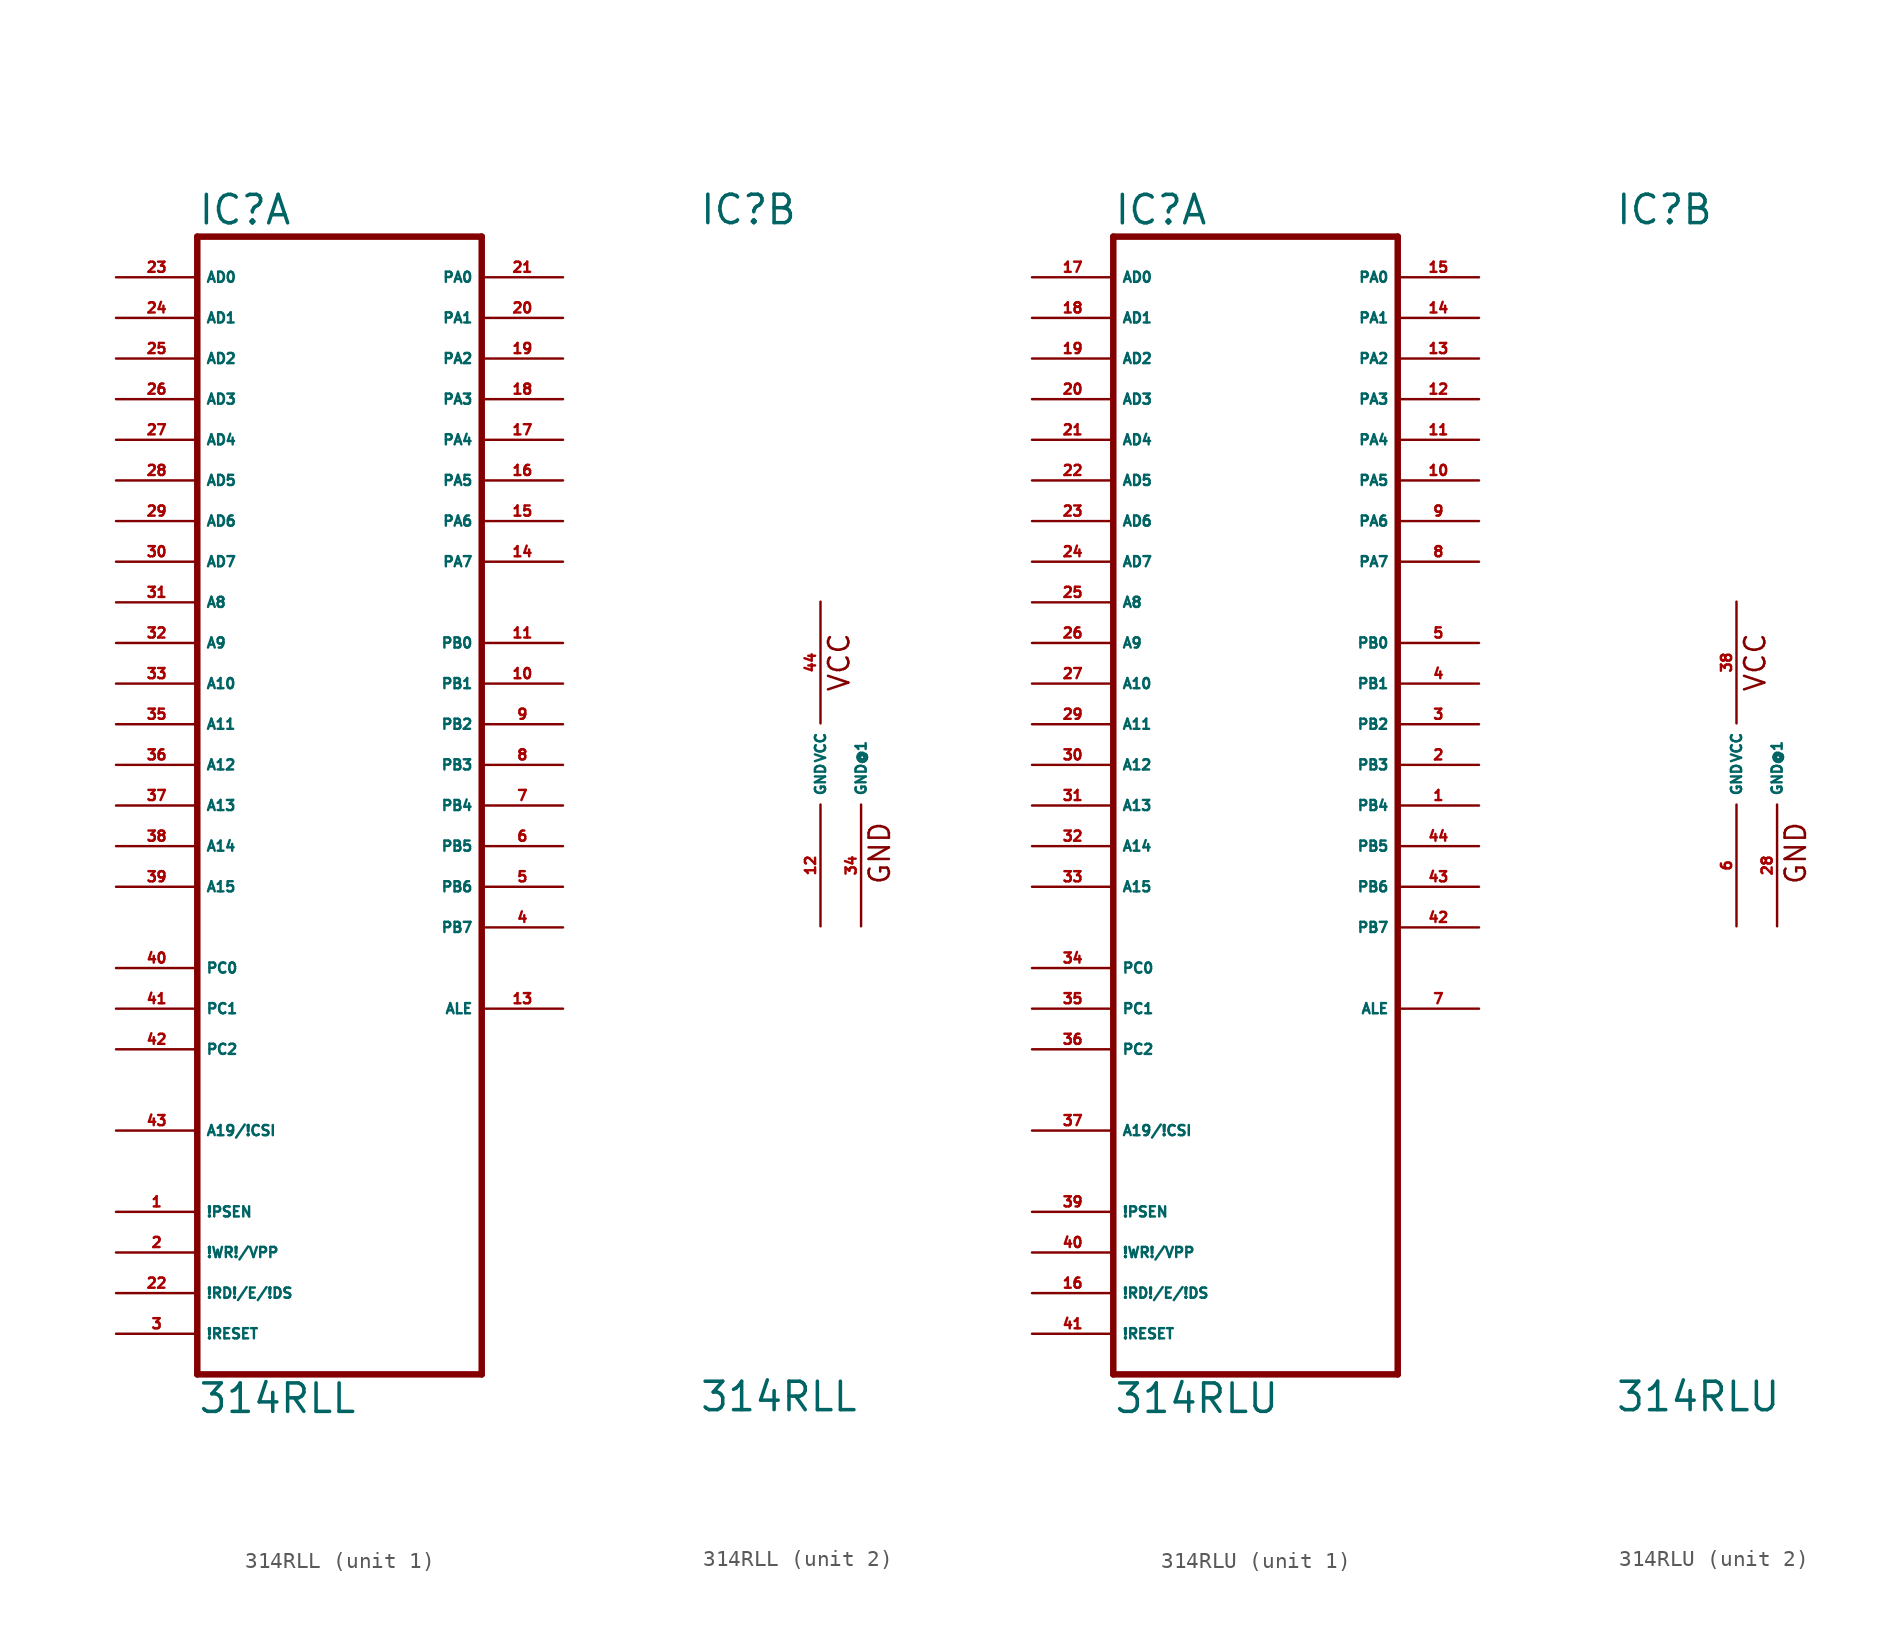
<source format=kicad_sym>
(kicad_symbol_lib
  (version 20220914)
  (generator Eagle2Kicad)
  (symbol "314RLL"
    (property "Reference" "IC"
      (at -7.62 33.655 0)
      (effects (font (size 1.778 1.778) (thickness 0.22)) (justify left bottom)))
    (property "Value" "314RLL"
      (at -7.62 -40.64 0)
      (effects (font (size 1.778 1.778) (thickness 0.22)) (justify left bottom)))
    (symbol "314RLL_1_0"
      (polyline (pts (xy -7.62 -38.1) (xy 10.16 -38.1)) (stroke (width 0.406) (type default)) (fill (type none)))
      (polyline (pts (xy 10.16 -38.1) (xy 10.16 33.02)) (stroke (width 0.406) (type default)) (fill (type none)))
      (polyline (pts (xy 10.16 33.02) (xy -7.62 33.02)) (stroke (width 0.406) (type default)) (fill (type none)))
      (polyline (pts (xy -7.62 33.02) (xy -7.62 -38.1)) (stroke (width 0.406) (type default)) (fill (type none)))
      (pin input line (at -12.7 30.48 0) (length 5.08) (name "AD0" (effects (font (size 0.635 0.635) (thickness 0.08)) (justify left bottom))) (number "23" (effects (font (size 0.635 0.635) (thickness 0.08)) (justify left bottom))))
      (pin input line (at -12.7 27.94 0) (length 5.08) (name "AD1" (effects (font (size 0.635 0.635) (thickness 0.08)) (justify left bottom))) (number "24" (effects (font (size 0.635 0.635) (thickness 0.08)) (justify left bottom))))
      (pin input line (at -12.7 25.4 0) (length 5.08) (name "AD2" (effects (font (size 0.635 0.635) (thickness 0.08)) (justify left bottom))) (number "25" (effects (font (size 0.635 0.635) (thickness 0.08)) (justify left bottom))))
      (pin input line (at -12.7 22.86 0) (length 5.08) (name "AD3" (effects (font (size 0.635 0.635) (thickness 0.08)) (justify left bottom))) (number "26" (effects (font (size 0.635 0.635) (thickness 0.08)) (justify left bottom))))
      (pin input line (at -12.7 20.32 0) (length 5.08) (name "AD4" (effects (font (size 0.635 0.635) (thickness 0.08)) (justify left bottom))) (number "27" (effects (font (size 0.635 0.635) (thickness 0.08)) (justify left bottom))))
      (pin input line (at -12.7 17.78 0) (length 5.08) (name "AD5" (effects (font (size 0.635 0.635) (thickness 0.08)) (justify left bottom))) (number "28" (effects (font (size 0.635 0.635) (thickness 0.08)) (justify left bottom))))
      (pin input line (at -12.7 15.24 0) (length 5.08) (name "AD6" (effects (font (size 0.635 0.635) (thickness 0.08)) (justify left bottom))) (number "29" (effects (font (size 0.635 0.635) (thickness 0.08)) (justify left bottom))))
      (pin input line (at -12.7 12.7 0) (length 5.08) (name "AD7" (effects (font (size 0.635 0.635) (thickness 0.08)) (justify left bottom))) (number "30" (effects (font (size 0.635 0.635) (thickness 0.08)) (justify left bottom))))
      (pin input line (at -12.7 10.16 0) (length 5.08) (name "A8" (effects (font (size 0.635 0.635) (thickness 0.08)) (justify left bottom))) (number "31" (effects (font (size 0.635 0.635) (thickness 0.08)) (justify left bottom))))
      (pin input line (at -12.7 7.62 0) (length 5.08) (name "A9" (effects (font (size 0.635 0.635) (thickness 0.08)) (justify left bottom))) (number "32" (effects (font (size 0.635 0.635) (thickness 0.08)) (justify left bottom))))
      (pin input line (at -12.7 5.08 0) (length 5.08) (name "A10" (effects (font (size 0.635 0.635) (thickness 0.08)) (justify left bottom))) (number "33" (effects (font (size 0.635 0.635) (thickness 0.08)) (justify left bottom))))
      (pin input line (at -12.7 2.54 0) (length 5.08) (name "A11" (effects (font (size 0.635 0.635) (thickness 0.08)) (justify left bottom))) (number "35" (effects (font (size 0.635 0.635) (thickness 0.08)) (justify left bottom))))
      (pin input line (at -12.7 0 0) (length 5.08) (name "A12" (effects (font (size 0.635 0.635) (thickness 0.08)) (justify left bottom))) (number "36" (effects (font (size 0.635 0.635) (thickness 0.08)) (justify left bottom))))
      (pin input line (at -12.7 -2.54 0) (length 5.08) (name "A13" (effects (font (size 0.635 0.635) (thickness 0.08)) (justify left bottom))) (number "37" (effects (font (size 0.635 0.635) (thickness 0.08)) (justify left bottom))))
      (pin input line (at -12.7 -5.08 0) (length 5.08) (name "A14" (effects (font (size 0.635 0.635) (thickness 0.08)) (justify left bottom))) (number "38" (effects (font (size 0.635 0.635) (thickness 0.08)) (justify left bottom))))
      (pin input line (at -12.7 -7.62 0) (length 5.08) (name "A15" (effects (font (size 0.635 0.635) (thickness 0.08)) (justify left bottom))) (number "39" (effects (font (size 0.635 0.635) (thickness 0.08)) (justify left bottom))))
      (pin input line (at -12.7 -12.7 0) (length 5.08) (name "PC0" (effects (font (size 0.635 0.635) (thickness 0.08)) (justify left bottom))) (number "40" (effects (font (size 0.635 0.635) (thickness 0.08)) (justify left bottom))))
      (pin input line (at -12.7 -15.24 0) (length 5.08) (name "PC1" (effects (font (size 0.635 0.635) (thickness 0.08)) (justify left bottom))) (number "41" (effects (font (size 0.635 0.635) (thickness 0.08)) (justify left bottom))))
      (pin input line (at -12.7 -17.78 0) (length 5.08) (name "PC2" (effects (font (size 0.635 0.635) (thickness 0.08)) (justify left bottom))) (number "42" (effects (font (size 0.635 0.635) (thickness 0.08)) (justify left bottom))))
      (pin input line (at -12.7 -22.86 0) (length 5.08) (name "A19/!CSI" (effects (font (size 0.635 0.635) (thickness 0.08)) (justify left bottom))) (number "43" (effects (font (size 0.635 0.635) (thickness 0.08)) (justify left bottom))))
      (pin bidirectional line (at 15.24 30.48 180) (length 5.08) (name "PA0" (effects (font (size 0.635 0.635) (thickness 0.08)) (justify left bottom))) (number "21" (effects (font (size 0.635 0.635) (thickness 0.08)) (justify left bottom))))
      (pin bidirectional line (at 15.24 27.94 180) (length 5.08) (name "PA1" (effects (font (size 0.635 0.635) (thickness 0.08)) (justify left bottom))) (number "20" (effects (font (size 0.635 0.635) (thickness 0.08)) (justify left bottom))))
      (pin bidirectional line (at 15.24 25.4 180) (length 5.08) (name "PA2" (effects (font (size 0.635 0.635) (thickness 0.08)) (justify left bottom))) (number "19" (effects (font (size 0.635 0.635) (thickness 0.08)) (justify left bottom))))
      (pin bidirectional line (at 15.24 22.86 180) (length 5.08) (name "PA3" (effects (font (size 0.635 0.635) (thickness 0.08)) (justify left bottom))) (number "18" (effects (font (size 0.635 0.635) (thickness 0.08)) (justify left bottom))))
      (pin bidirectional line (at 15.24 20.32 180) (length 5.08) (name "PA4" (effects (font (size 0.635 0.635) (thickness 0.08)) (justify left bottom))) (number "17" (effects (font (size 0.635 0.635) (thickness 0.08)) (justify left bottom))))
      (pin bidirectional line (at 15.24 17.78 180) (length 5.08) (name "PA5" (effects (font (size 0.635 0.635) (thickness 0.08)) (justify left bottom))) (number "16" (effects (font (size 0.635 0.635) (thickness 0.08)) (justify left bottom))))
      (pin bidirectional line (at 15.24 15.24 180) (length 5.08) (name "PA6" (effects (font (size 0.635 0.635) (thickness 0.08)) (justify left bottom))) (number "15" (effects (font (size 0.635 0.635) (thickness 0.08)) (justify left bottom))))
      (pin bidirectional line (at 15.24 12.7 180) (length 5.08) (name "PA7" (effects (font (size 0.635 0.635) (thickness 0.08)) (justify left bottom))) (number "14" (effects (font (size 0.635 0.635) (thickness 0.08)) (justify left bottom))))
      (pin output line (at 15.24 7.62 180) (length 5.08) (name "PB0" (effects (font (size 0.635 0.635) (thickness 0.08)) (justify left bottom))) (number "11" (effects (font (size 0.635 0.635) (thickness 0.08)) (justify left bottom))))
      (pin output line (at 15.24 5.08 180) (length 5.08) (name "PB1" (effects (font (size 0.635 0.635) (thickness 0.08)) (justify left bottom))) (number "10" (effects (font (size 0.635 0.635) (thickness 0.08)) (justify left bottom))))
      (pin output line (at 15.24 2.54 180) (length 5.08) (name "PB2" (effects (font (size 0.635 0.635) (thickness 0.08)) (justify left bottom))) (number "9" (effects (font (size 0.635 0.635) (thickness 0.08)) (justify left bottom))))
      (pin output line (at 15.24 0 180) (length 5.08) (name "PB3" (effects (font (size 0.635 0.635) (thickness 0.08)) (justify left bottom))) (number "8" (effects (font (size 0.635 0.635) (thickness 0.08)) (justify left bottom))))
      (pin output line (at 15.24 -2.54 180) (length 5.08) (name "PB4" (effects (font (size 0.635 0.635) (thickness 0.08)) (justify left bottom))) (number "7" (effects (font (size 0.635 0.635) (thickness 0.08)) (justify left bottom))))
      (pin output line (at 15.24 -5.08 180) (length 5.08) (name "PB5" (effects (font (size 0.635 0.635) (thickness 0.08)) (justify left bottom))) (number "6" (effects (font (size 0.635 0.635) (thickness 0.08)) (justify left bottom))))
      (pin output line (at 15.24 -7.62 180) (length 5.08) (name "PB6" (effects (font (size 0.635 0.635) (thickness 0.08)) (justify left bottom))) (number "5" (effects (font (size 0.635 0.635) (thickness 0.08)) (justify left bottom))))
      (pin output line (at 15.24 -10.16 180) (length 5.08) (name "PB7" (effects (font (size 0.635 0.635) (thickness 0.08)) (justify left bottom))) (number "4" (effects (font (size 0.635 0.635) (thickness 0.08)) (justify left bottom))))
      (pin output line (at 15.24 -15.24 180) (length 5.08) (name "ALE" (effects (font (size 0.635 0.635) (thickness 0.08)) (justify left bottom))) (number "13" (effects (font (size 0.635 0.635) (thickness 0.08)) (justify left bottom))))
      (pin input line (at -12.7 -27.94 0) (length 5.08) (name "!PSEN" (effects (font (size 0.635 0.635) (thickness 0.08)) (justify left bottom))) (number "1" (effects (font (size 0.635 0.635) (thickness 0.08)) (justify left bottom))))
      (pin input line (at -12.7 -30.48 0) (length 5.08) (name "!WR!/VPP" (effects (font (size 0.635 0.635) (thickness 0.08)) (justify left bottom))) (number "2" (effects (font (size 0.635 0.635) (thickness 0.08)) (justify left bottom))))
      (pin input line (at -12.7 -33.02 0) (length 5.08) (name "!RD!/E/!DS" (effects (font (size 0.635 0.635) (thickness 0.08)) (justify left bottom))) (number "22" (effects (font (size 0.635 0.635) (thickness 0.08)) (justify left bottom))))
      (pin input line (at -12.7 -35.56 0) (length 5.08) (name "!RESET" (effects (font (size 0.635 0.635) (thickness 0.08)) (justify left bottom))) (number "3" (effects (font (size 0.635 0.635) (thickness 0.08)) (justify left bottom)))))
    (symbol "314RLL_2_0"
      (text "VCC" (at 1.905 4.445 900) (effects (font (size 1.27 1.27) (thickness 0.16)) (justify left bottom)))
      (text "GND" (at 4.445 -7.62 900) (effects (font (size 1.27 1.27) (thickness 0.16)) (justify left bottom)))
      (pin unspecified line (at 0 10.16 270) (length 7.62) (name "VCC" (effects (font (size 0.635 0.635) (thickness 0.08)) (justify left bottom))) (number "44" (effects (font (size 0.635 0.635) (thickness 0.08)) (justify left bottom))))
      (pin unspecified line (at 0 -10.16 90) (length 7.62) (name "GND" (effects (font (size 0.635 0.635) (thickness 0.08)) (justify left bottom))) (number "12" (effects (font (size 0.635 0.635) (thickness 0.08)) (justify left bottom))))
      (pin unspecified line (at 2.54 -10.16 90) (length 7.62) (name "GND@1" (effects (font (size 0.635 0.635) (thickness 0.08)) (justify left bottom))) (number "34" (effects (font (size 0.635 0.635) (thickness 0.08)) (justify left bottom))))))
  (symbol "314RLU"
    (property "Reference" "IC"
      (at -7.62 33.655 0)
      (effects (font (size 1.778 1.778) (thickness 0.22)) (justify left bottom)))
    (property "Value" "314RLU"
      (at -7.62 -40.64 0)
      (effects (font (size 1.778 1.778) (thickness 0.22)) (justify left bottom)))
    (symbol "314RLU_1_0"
      (polyline (pts (xy -7.62 -38.1) (xy 10.16 -38.1)) (stroke (width 0.406) (type default)) (fill (type none)))
      (polyline (pts (xy 10.16 -38.1) (xy 10.16 33.02)) (stroke (width 0.406) (type default)) (fill (type none)))
      (polyline (pts (xy 10.16 33.02) (xy -7.62 33.02)) (stroke (width 0.406) (type default)) (fill (type none)))
      (polyline (pts (xy -7.62 33.02) (xy -7.62 -38.1)) (stroke (width 0.406) (type default)) (fill (type none)))
      (pin input line (at -12.7 30.48 0) (length 5.08) (name "AD0" (effects (font (size 0.635 0.635) (thickness 0.08)) (justify left bottom))) (number "17" (effects (font (size 0.635 0.635) (thickness 0.08)) (justify left bottom))))
      (pin input line (at -12.7 27.94 0) (length 5.08) (name "AD1" (effects (font (size 0.635 0.635) (thickness 0.08)) (justify left bottom))) (number "18" (effects (font (size 0.635 0.635) (thickness 0.08)) (justify left bottom))))
      (pin input line (at -12.7 25.4 0) (length 5.08) (name "AD2" (effects (font (size 0.635 0.635) (thickness 0.08)) (justify left bottom))) (number "19" (effects (font (size 0.635 0.635) (thickness 0.08)) (justify left bottom))))
      (pin input line (at -12.7 22.86 0) (length 5.08) (name "AD3" (effects (font (size 0.635 0.635) (thickness 0.08)) (justify left bottom))) (number "20" (effects (font (size 0.635 0.635) (thickness 0.08)) (justify left bottom))))
      (pin input line (at -12.7 20.32 0) (length 5.08) (name "AD4" (effects (font (size 0.635 0.635) (thickness 0.08)) (justify left bottom))) (number "21" (effects (font (size 0.635 0.635) (thickness 0.08)) (justify left bottom))))
      (pin input line (at -12.7 17.78 0) (length 5.08) (name "AD5" (effects (font (size 0.635 0.635) (thickness 0.08)) (justify left bottom))) (number "22" (effects (font (size 0.635 0.635) (thickness 0.08)) (justify left bottom))))
      (pin input line (at -12.7 15.24 0) (length 5.08) (name "AD6" (effects (font (size 0.635 0.635) (thickness 0.08)) (justify left bottom))) (number "23" (effects (font (size 0.635 0.635) (thickness 0.08)) (justify left bottom))))
      (pin input line (at -12.7 12.7 0) (length 5.08) (name "AD7" (effects (font (size 0.635 0.635) (thickness 0.08)) (justify left bottom))) (number "24" (effects (font (size 0.635 0.635) (thickness 0.08)) (justify left bottom))))
      (pin input line (at -12.7 10.16 0) (length 5.08) (name "A8" (effects (font (size 0.635 0.635) (thickness 0.08)) (justify left bottom))) (number "25" (effects (font (size 0.635 0.635) (thickness 0.08)) (justify left bottom))))
      (pin input line (at -12.7 7.62 0) (length 5.08) (name "A9" (effects (font (size 0.635 0.635) (thickness 0.08)) (justify left bottom))) (number "26" (effects (font (size 0.635 0.635) (thickness 0.08)) (justify left bottom))))
      (pin input line (at -12.7 5.08 0) (length 5.08) (name "A10" (effects (font (size 0.635 0.635) (thickness 0.08)) (justify left bottom))) (number "27" (effects (font (size 0.635 0.635) (thickness 0.08)) (justify left bottom))))
      (pin input line (at -12.7 2.54 0) (length 5.08) (name "A11" (effects (font (size 0.635 0.635) (thickness 0.08)) (justify left bottom))) (number "29" (effects (font (size 0.635 0.635) (thickness 0.08)) (justify left bottom))))
      (pin input line (at -12.7 0 0) (length 5.08) (name "A12" (effects (font (size 0.635 0.635) (thickness 0.08)) (justify left bottom))) (number "30" (effects (font (size 0.635 0.635) (thickness 0.08)) (justify left bottom))))
      (pin input line (at -12.7 -2.54 0) (length 5.08) (name "A13" (effects (font (size 0.635 0.635) (thickness 0.08)) (justify left bottom))) (number "31" (effects (font (size 0.635 0.635) (thickness 0.08)) (justify left bottom))))
      (pin input line (at -12.7 -5.08 0) (length 5.08) (name "A14" (effects (font (size 0.635 0.635) (thickness 0.08)) (justify left bottom))) (number "32" (effects (font (size 0.635 0.635) (thickness 0.08)) (justify left bottom))))
      (pin input line (at -12.7 -7.62 0) (length 5.08) (name "A15" (effects (font (size 0.635 0.635) (thickness 0.08)) (justify left bottom))) (number "33" (effects (font (size 0.635 0.635) (thickness 0.08)) (justify left bottom))))
      (pin input line (at -12.7 -12.7 0) (length 5.08) (name "PC0" (effects (font (size 0.635 0.635) (thickness 0.08)) (justify left bottom))) (number "34" (effects (font (size 0.635 0.635) (thickness 0.08)) (justify left bottom))))
      (pin input line (at -12.7 -15.24 0) (length 5.08) (name "PC1" (effects (font (size 0.635 0.635) (thickness 0.08)) (justify left bottom))) (number "35" (effects (font (size 0.635 0.635) (thickness 0.08)) (justify left bottom))))
      (pin input line (at -12.7 -17.78 0) (length 5.08) (name "PC2" (effects (font (size 0.635 0.635) (thickness 0.08)) (justify left bottom))) (number "36" (effects (font (size 0.635 0.635) (thickness 0.08)) (justify left bottom))))
      (pin input line (at -12.7 -22.86 0) (length 5.08) (name "A19/!CSI" (effects (font (size 0.635 0.635) (thickness 0.08)) (justify left bottom))) (number "37" (effects (font (size 0.635 0.635) (thickness 0.08)) (justify left bottom))))
      (pin bidirectional line (at 15.24 30.48 180) (length 5.08) (name "PA0" (effects (font (size 0.635 0.635) (thickness 0.08)) (justify left bottom))) (number "15" (effects (font (size 0.635 0.635) (thickness 0.08)) (justify left bottom))))
      (pin bidirectional line (at 15.24 27.94 180) (length 5.08) (name "PA1" (effects (font (size 0.635 0.635) (thickness 0.08)) (justify left bottom))) (number "14" (effects (font (size 0.635 0.635) (thickness 0.08)) (justify left bottom))))
      (pin bidirectional line (at 15.24 25.4 180) (length 5.08) (name "PA2" (effects (font (size 0.635 0.635) (thickness 0.08)) (justify left bottom))) (number "13" (effects (font (size 0.635 0.635) (thickness 0.08)) (justify left bottom))))
      (pin bidirectional line (at 15.24 22.86 180) (length 5.08) (name "PA3" (effects (font (size 0.635 0.635) (thickness 0.08)) (justify left bottom))) (number "12" (effects (font (size 0.635 0.635) (thickness 0.08)) (justify left bottom))))
      (pin bidirectional line (at 15.24 20.32 180) (length 5.08) (name "PA4" (effects (font (size 0.635 0.635) (thickness 0.08)) (justify left bottom))) (number "11" (effects (font (size 0.635 0.635) (thickness 0.08)) (justify left bottom))))
      (pin bidirectional line (at 15.24 17.78 180) (length 5.08) (name "PA5" (effects (font (size 0.635 0.635) (thickness 0.08)) (justify left bottom))) (number "10" (effects (font (size 0.635 0.635) (thickness 0.08)) (justify left bottom))))
      (pin bidirectional line (at 15.24 15.24 180) (length 5.08) (name "PA6" (effects (font (size 0.635 0.635) (thickness 0.08)) (justify left bottom))) (number "9" (effects (font (size 0.635 0.635) (thickness 0.08)) (justify left bottom))))
      (pin bidirectional line (at 15.24 12.7 180) (length 5.08) (name "PA7" (effects (font (size 0.635 0.635) (thickness 0.08)) (justify left bottom))) (number "8" (effects (font (size 0.635 0.635) (thickness 0.08)) (justify left bottom))))
      (pin output line (at 15.24 7.62 180) (length 5.08) (name "PB0" (effects (font (size 0.635 0.635) (thickness 0.08)) (justify left bottom))) (number "5" (effects (font (size 0.635 0.635) (thickness 0.08)) (justify left bottom))))
      (pin output line (at 15.24 5.08 180) (length 5.08) (name "PB1" (effects (font (size 0.635 0.635) (thickness 0.08)) (justify left bottom))) (number "4" (effects (font (size 0.635 0.635) (thickness 0.08)) (justify left bottom))))
      (pin output line (at 15.24 2.54 180) (length 5.08) (name "PB2" (effects (font (size 0.635 0.635) (thickness 0.08)) (justify left bottom))) (number "3" (effects (font (size 0.635 0.635) (thickness 0.08)) (justify left bottom))))
      (pin output line (at 15.24 0 180) (length 5.08) (name "PB3" (effects (font (size 0.635 0.635) (thickness 0.08)) (justify left bottom))) (number "2" (effects (font (size 0.635 0.635) (thickness 0.08)) (justify left bottom))))
      (pin output line (at 15.24 -2.54 180) (length 5.08) (name "PB4" (effects (font (size 0.635 0.635) (thickness 0.08)) (justify left bottom))) (number "1" (effects (font (size 0.635 0.635) (thickness 0.08)) (justify left bottom))))
      (pin output line (at 15.24 -5.08 180) (length 5.08) (name "PB5" (effects (font (size 0.635 0.635) (thickness 0.08)) (justify left bottom))) (number "44" (effects (font (size 0.635 0.635) (thickness 0.08)) (justify left bottom))))
      (pin output line (at 15.24 -7.62 180) (length 5.08) (name "PB6" (effects (font (size 0.635 0.635) (thickness 0.08)) (justify left bottom))) (number "43" (effects (font (size 0.635 0.635) (thickness 0.08)) (justify left bottom))))
      (pin output line (at 15.24 -10.16 180) (length 5.08) (name "PB7" (effects (font (size 0.635 0.635) (thickness 0.08)) (justify left bottom))) (number "42" (effects (font (size 0.635 0.635) (thickness 0.08)) (justify left bottom))))
      (pin output line (at 15.24 -15.24 180) (length 5.08) (name "ALE" (effects (font (size 0.635 0.635) (thickness 0.08)) (justify left bottom))) (number "7" (effects (font (size 0.635 0.635) (thickness 0.08)) (justify left bottom))))
      (pin input line (at -12.7 -27.94 0) (length 5.08) (name "!PSEN" (effects (font (size 0.635 0.635) (thickness 0.08)) (justify left bottom))) (number "39" (effects (font (size 0.635 0.635) (thickness 0.08)) (justify left bottom))))
      (pin input line (at -12.7 -30.48 0) (length 5.08) (name "!WR!/VPP" (effects (font (size 0.635 0.635) (thickness 0.08)) (justify left bottom))) (number "40" (effects (font (size 0.635 0.635) (thickness 0.08)) (justify left bottom))))
      (pin input line (at -12.7 -33.02 0) (length 5.08) (name "!RD!/E/!DS" (effects (font (size 0.635 0.635) (thickness 0.08)) (justify left bottom))) (number "16" (effects (font (size 0.635 0.635) (thickness 0.08)) (justify left bottom))))
      (pin input line (at -12.7 -35.56 0) (length 5.08) (name "!RESET" (effects (font (size 0.635 0.635) (thickness 0.08)) (justify left bottom))) (number "41" (effects (font (size 0.635 0.635) (thickness 0.08)) (justify left bottom)))))
    (symbol "314RLU_2_0"
      (text "VCC" (at 1.905 4.445 900) (effects (font (size 1.27 1.27) (thickness 0.16)) (justify left bottom)))
      (text "GND" (at 4.445 -7.62 900) (effects (font (size 1.27 1.27) (thickness 0.16)) (justify left bottom)))
      (pin unspecified line (at 0 10.16 270) (length 7.62) (name "VCC" (effects (font (size 0.635 0.635) (thickness 0.08)) (justify left bottom))) (number "38" (effects (font (size 0.635 0.635) (thickness 0.08)) (justify left bottom))))
      (pin unspecified line (at 0 -10.16 90) (length 7.62) (name "GND" (effects (font (size 0.635 0.635) (thickness 0.08)) (justify left bottom))) (number "6" (effects (font (size 0.635 0.635) (thickness 0.08)) (justify left bottom))))
      (pin unspecified line (at 2.54 -10.16 90) (length 7.62) (name "GND@1" (effects (font (size 0.635 0.635) (thickness 0.08)) (justify left bottom))) (number "28" (effects (font (size 0.635 0.635) (thickness 0.08)) (justify left bottom)))))))
</source>
